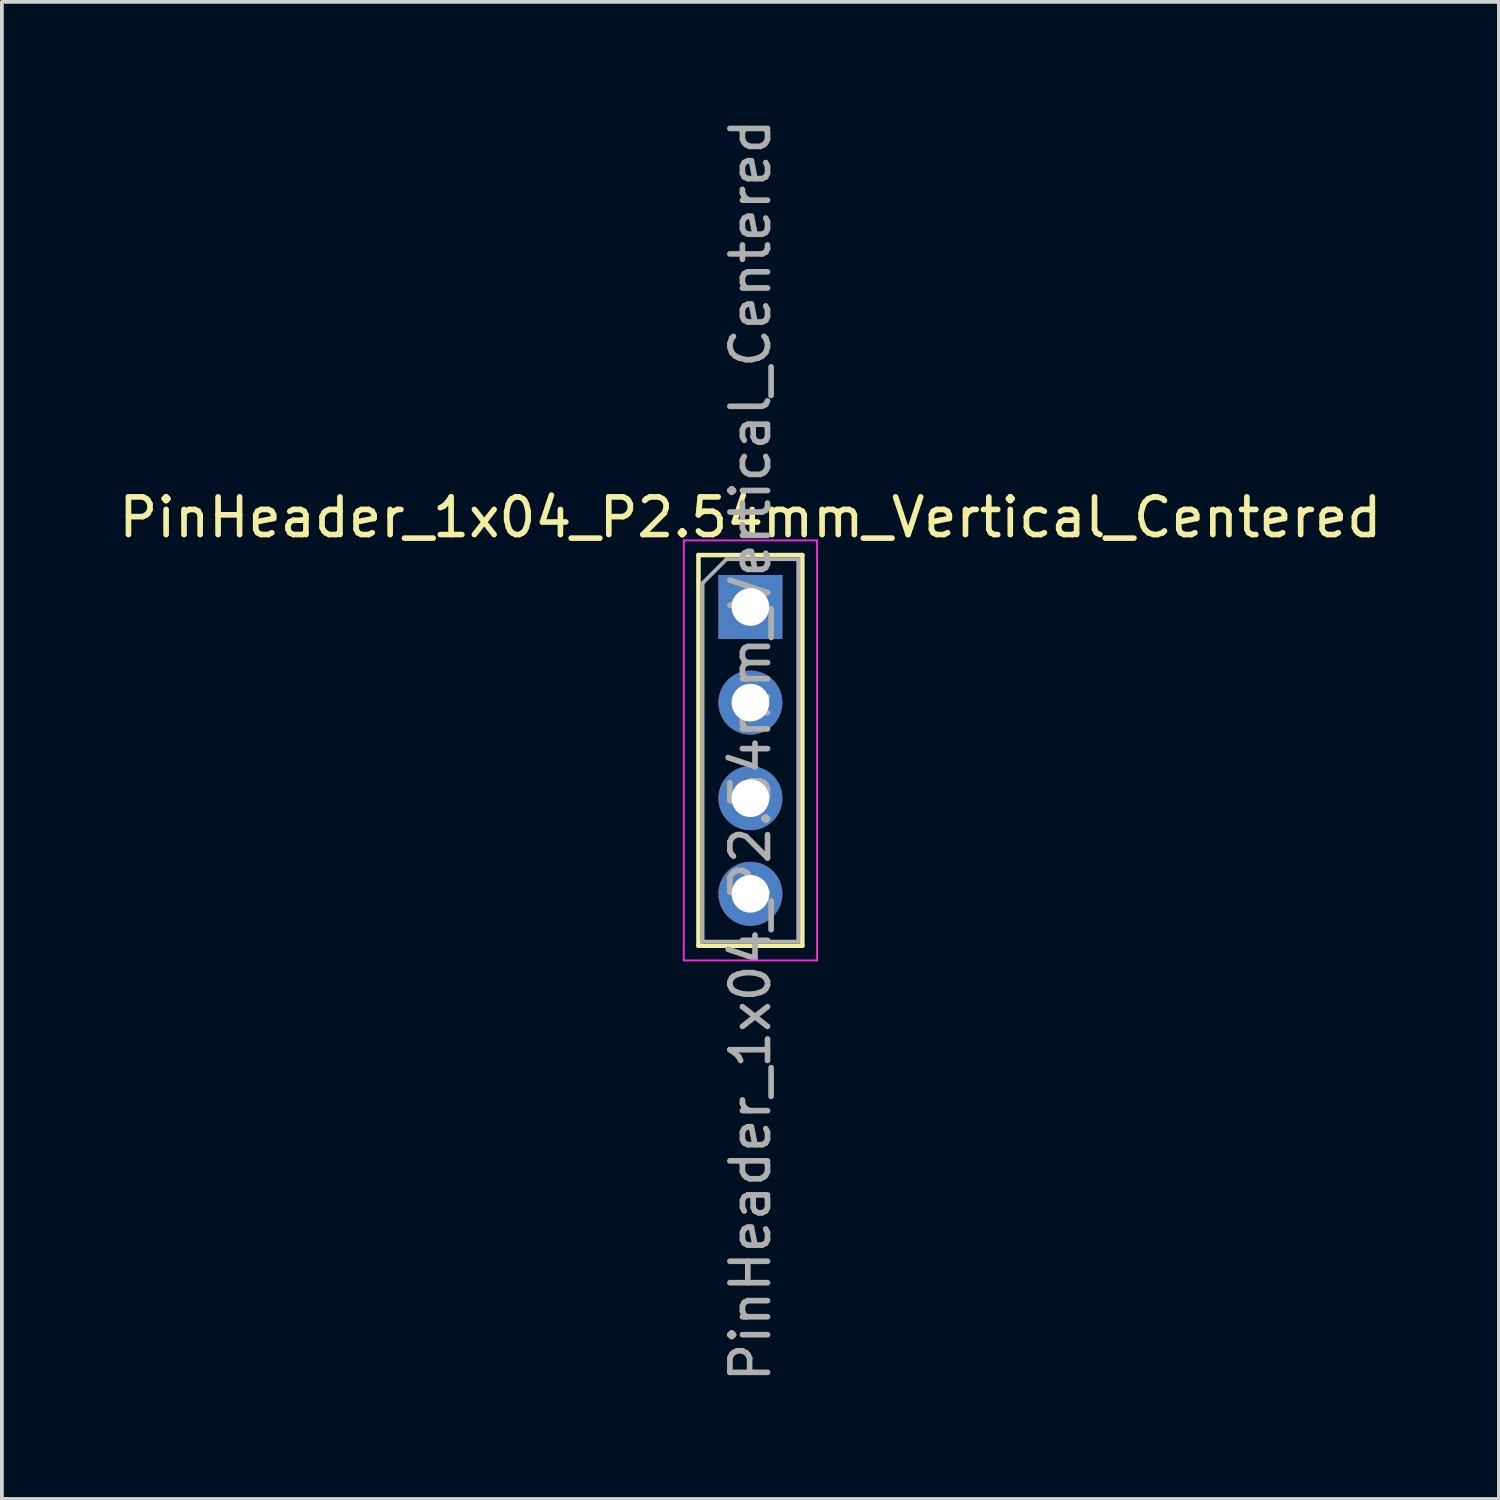
<source format=kicad_pcb>
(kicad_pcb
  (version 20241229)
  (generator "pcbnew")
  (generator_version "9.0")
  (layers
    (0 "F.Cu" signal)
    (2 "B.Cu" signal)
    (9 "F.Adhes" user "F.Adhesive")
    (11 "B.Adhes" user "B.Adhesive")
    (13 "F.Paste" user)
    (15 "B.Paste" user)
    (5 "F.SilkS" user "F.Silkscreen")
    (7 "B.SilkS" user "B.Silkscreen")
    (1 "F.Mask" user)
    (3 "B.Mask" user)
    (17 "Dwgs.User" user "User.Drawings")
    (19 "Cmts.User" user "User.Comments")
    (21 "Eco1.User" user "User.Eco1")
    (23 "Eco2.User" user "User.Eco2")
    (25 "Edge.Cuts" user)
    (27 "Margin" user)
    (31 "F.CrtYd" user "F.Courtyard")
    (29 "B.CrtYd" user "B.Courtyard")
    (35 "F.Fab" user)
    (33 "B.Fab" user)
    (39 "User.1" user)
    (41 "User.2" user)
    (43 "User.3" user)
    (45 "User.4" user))
  (footprint "PinHeader_1x04_P2.54mm_Vertical_Centered"
    (layer "F.Cu")
    (at 16.887 16.887)
    (property "Reference" "PinHeader_1x04_P2.54mm_Vertical_Centered" (at 0 -6.19 0) (layer "F.SilkS") (effects (font (size 1 1) (thickness 0.15))))
    (attr through_hole)
    (fp_line (start -1.38 -5.19) (end -1.38 5.19) (stroke (width 0.12) (type solid)) (layer "F.SilkS"))
    (fp_line (start -1.38 -5.19) (end 1.38 -5.19) (stroke (width 0.12) (type solid)) (layer "F.SilkS"))
    (fp_line (start -1.38 5.19) (end 1.38 5.19) (stroke (width 0.12) (type solid)) (layer "F.SilkS"))
    (fp_line (start 1.38 -5.19) (end 1.38 5.19) (stroke (width 0.12) (type solid)) (layer "F.SilkS"))
    (fp_line (start -1.77 -5.58) (end -1.77 5.58) (stroke (width 0.05) (type solid)) (layer "F.CrtYd"))
    (fp_line (start -1.77 5.58) (end 1.77 5.58) (stroke (width 0.05) (type solid)) (layer "F.CrtYd"))
    (fp_line (start 1.77 -5.58) (end -1.77 -5.58) (stroke (width 0.05) (type solid)) (layer "F.CrtYd"))
    (fp_line (start 1.77 5.58) (end 1.77 -5.58) (stroke (width 0.05) (type solid)) (layer "F.CrtYd"))
    (fp_line (start -1.27 -4.445) (end -0.635 -5.08) (stroke (width 0.1) (type solid)) (layer "F.Fab"))
    (fp_line (start -1.27 5.08) (end -1.27 -4.445) (stroke (width 0.1) (type solid)) (layer "F.Fab"))
    (fp_line (start -0.635 -5.08) (end 1.27 -5.08) (stroke (width 0.1) (type solid)) (layer "F.Fab"))
    (fp_line (start 1.27 -5.08) (end 1.27 5.08) (stroke (width 0.1) (type solid)) (layer "F.Fab"))
    (fp_line (start 1.27 5.08) (end -1.27 5.08) (stroke (width 0.1) (type solid)) (layer "F.Fab"))
    (fp_text user "${REFERENCE}" (at 0 0 90) (layer "F.Fab") (effects (font (size 1 1) (thickness 0.15))))
    (pad "1" thru_hole rect (at 0 -3.81) (size 1.7 1.7) (drill 1) (layers "*.Cu" "*.Mask"))
    (pad "2" thru_hole circle (at 0 -1.27) (size 1.7 1.7) (drill 1) (layers "*.Cu" "*.Mask"))
    (pad "3" thru_hole circle (at 0 1.27) (size 1.7 1.7) (drill 1) (layers "*.Cu" "*.Mask"))
    (pad "4" thru_hole circle (at 0 3.81) (size 1.7 1.7) (drill 1) (layers "*.Cu" "*.Mask")))
  (gr_rect
    (start -3 -3)
    (end 36.774 36.774)
    (stroke (width 0.1) (type default))
    (fill no)
    (layer "Edge.Cuts")))
</source>
